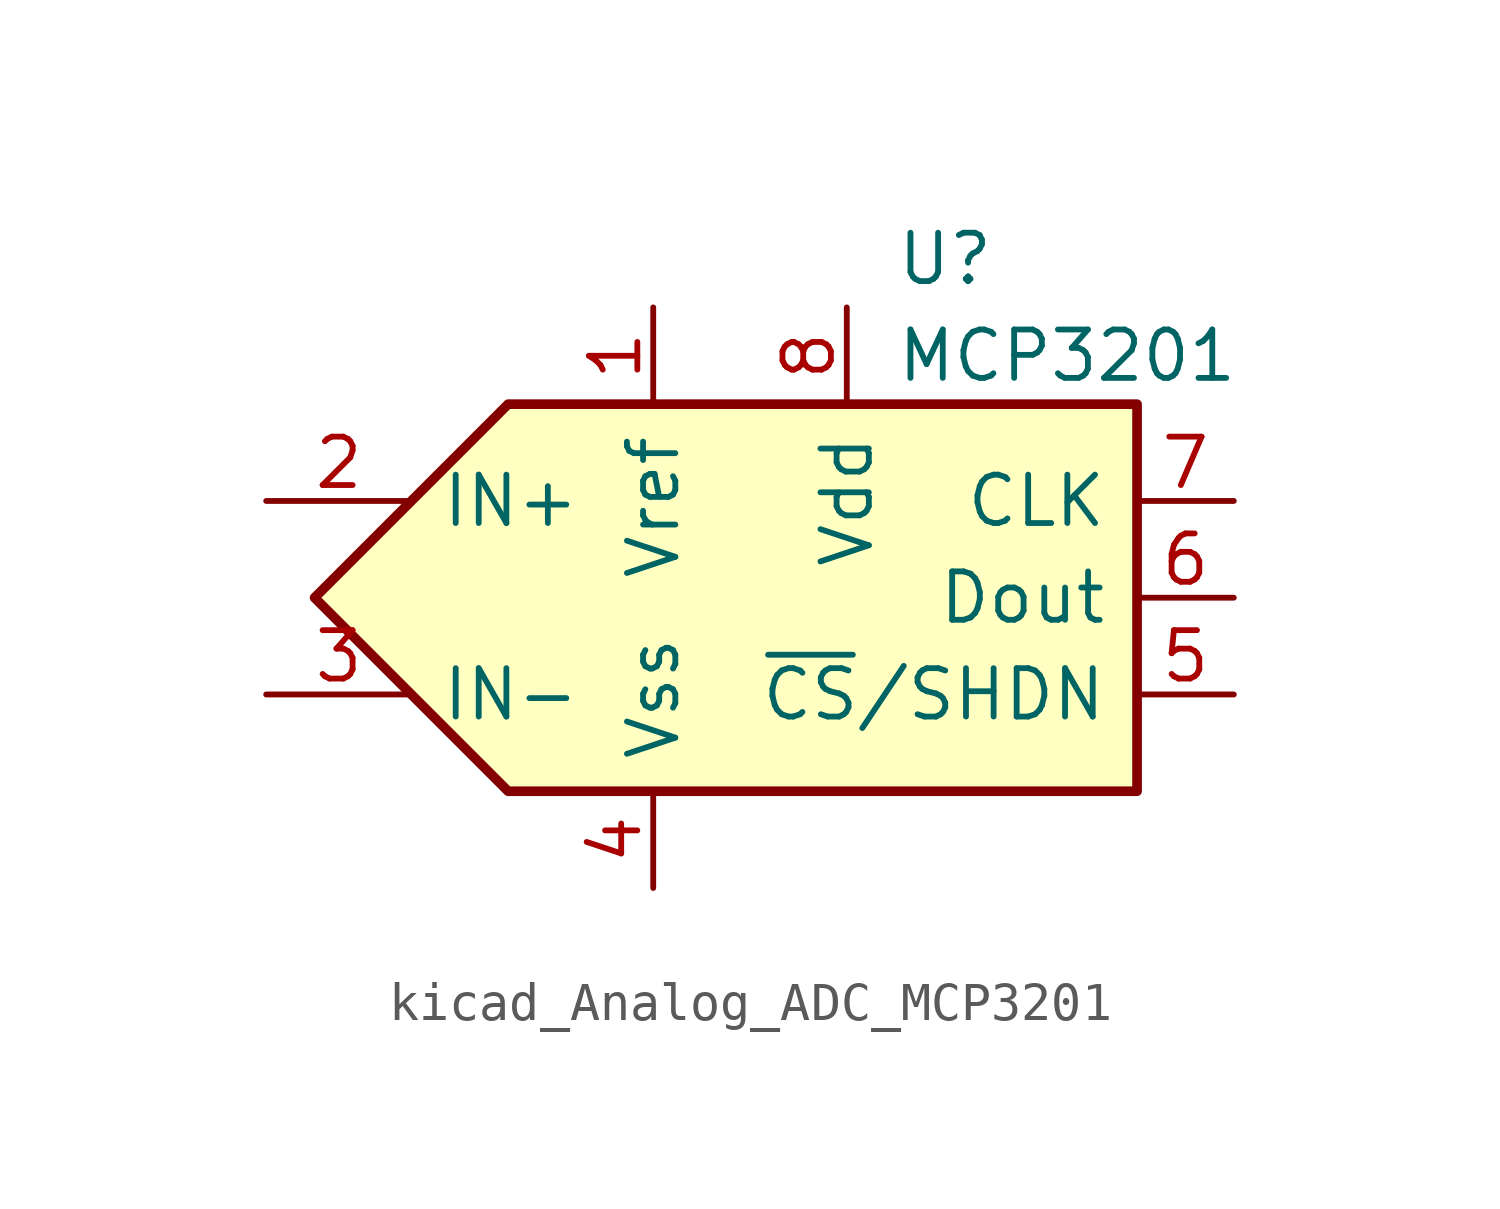
<source format=kicad_sym>
(kicad_symbol_lib
  (version 20220914)
  (generator kicad_symbol_editor)
  (symbol "kicad_Analog_ADC_MCP3201"
    (pin_names
      (offset 0.762))
    (property "Reference" "U"
      (at 3.81 8.89 0)
      (effects (font (size 1.27 1.27)) (justify left)))
    (property "Value" "MCP3201"
      (at 3.81 6.35 0)
      (effects (font (size 1.27 1.27)) (justify left)))
    (symbol "kicad_Analog_ADC_MCP3201_0_0"
      (polyline (pts (xy -11.43 0) (xy -6.35 5.08) (xy 10.16 5.08) (xy 10.16 -5.08) (xy -6.35 -5.08) (xy -11.43 0)) (stroke (width 0.254) (type default)) (fill (type background))))
    (symbol "kicad_Analog_ADC_MCP3201_1_1"
      (pin power_in line (at -2.54 7.62 270) (length 2.54) (name "Vref" (effects (font (size 1.27 1.27)))) (number "1" (effects (font (size 1.27 1.27)))))
      (pin input line (at -12.7 2.54 0) (length 3.81) (name "IN+" (effects (font (size 1.27 1.27)))) (number "2" (effects (font (size 1.27 1.27)))))
      (pin input line (at -12.7 -2.54 0) (length 3.81) (name "IN-" (effects (font (size 1.27 1.27)))) (number "3" (effects (font (size 1.27 1.27)))))
      (pin power_in line (at -2.54 -7.62 90) (length 2.54) (name "Vss" (effects (font (size 1.27 1.27)))) (number "4" (effects (font (size 1.27 1.27)))))
      (pin input line (at 12.7 -2.54 180) (length 2.54) (name "~{CS}/SHDN" (effects (font (size 1.27 1.27)))) (number "5" (effects (font (size 1.27 1.27)))))
      (pin output line (at 12.7 0 180) (length 2.54) (name "Dout" (effects (font (size 1.27 1.27)))) (number "6" (effects (font (size 1.27 1.27)))))
      (pin input line (at 12.7 2.54 180) (length 2.54) (name "CLK" (effects (font (size 1.27 1.27)))) (number "7" (effects (font (size 1.27 1.27)))))
      (pin power_in line (at 2.54 7.62 270) (length 2.54) (name "Vdd" (effects (font (size 1.27 1.27)))) (number "8" (effects (font (size 1.27 1.27))))))))
</source>
